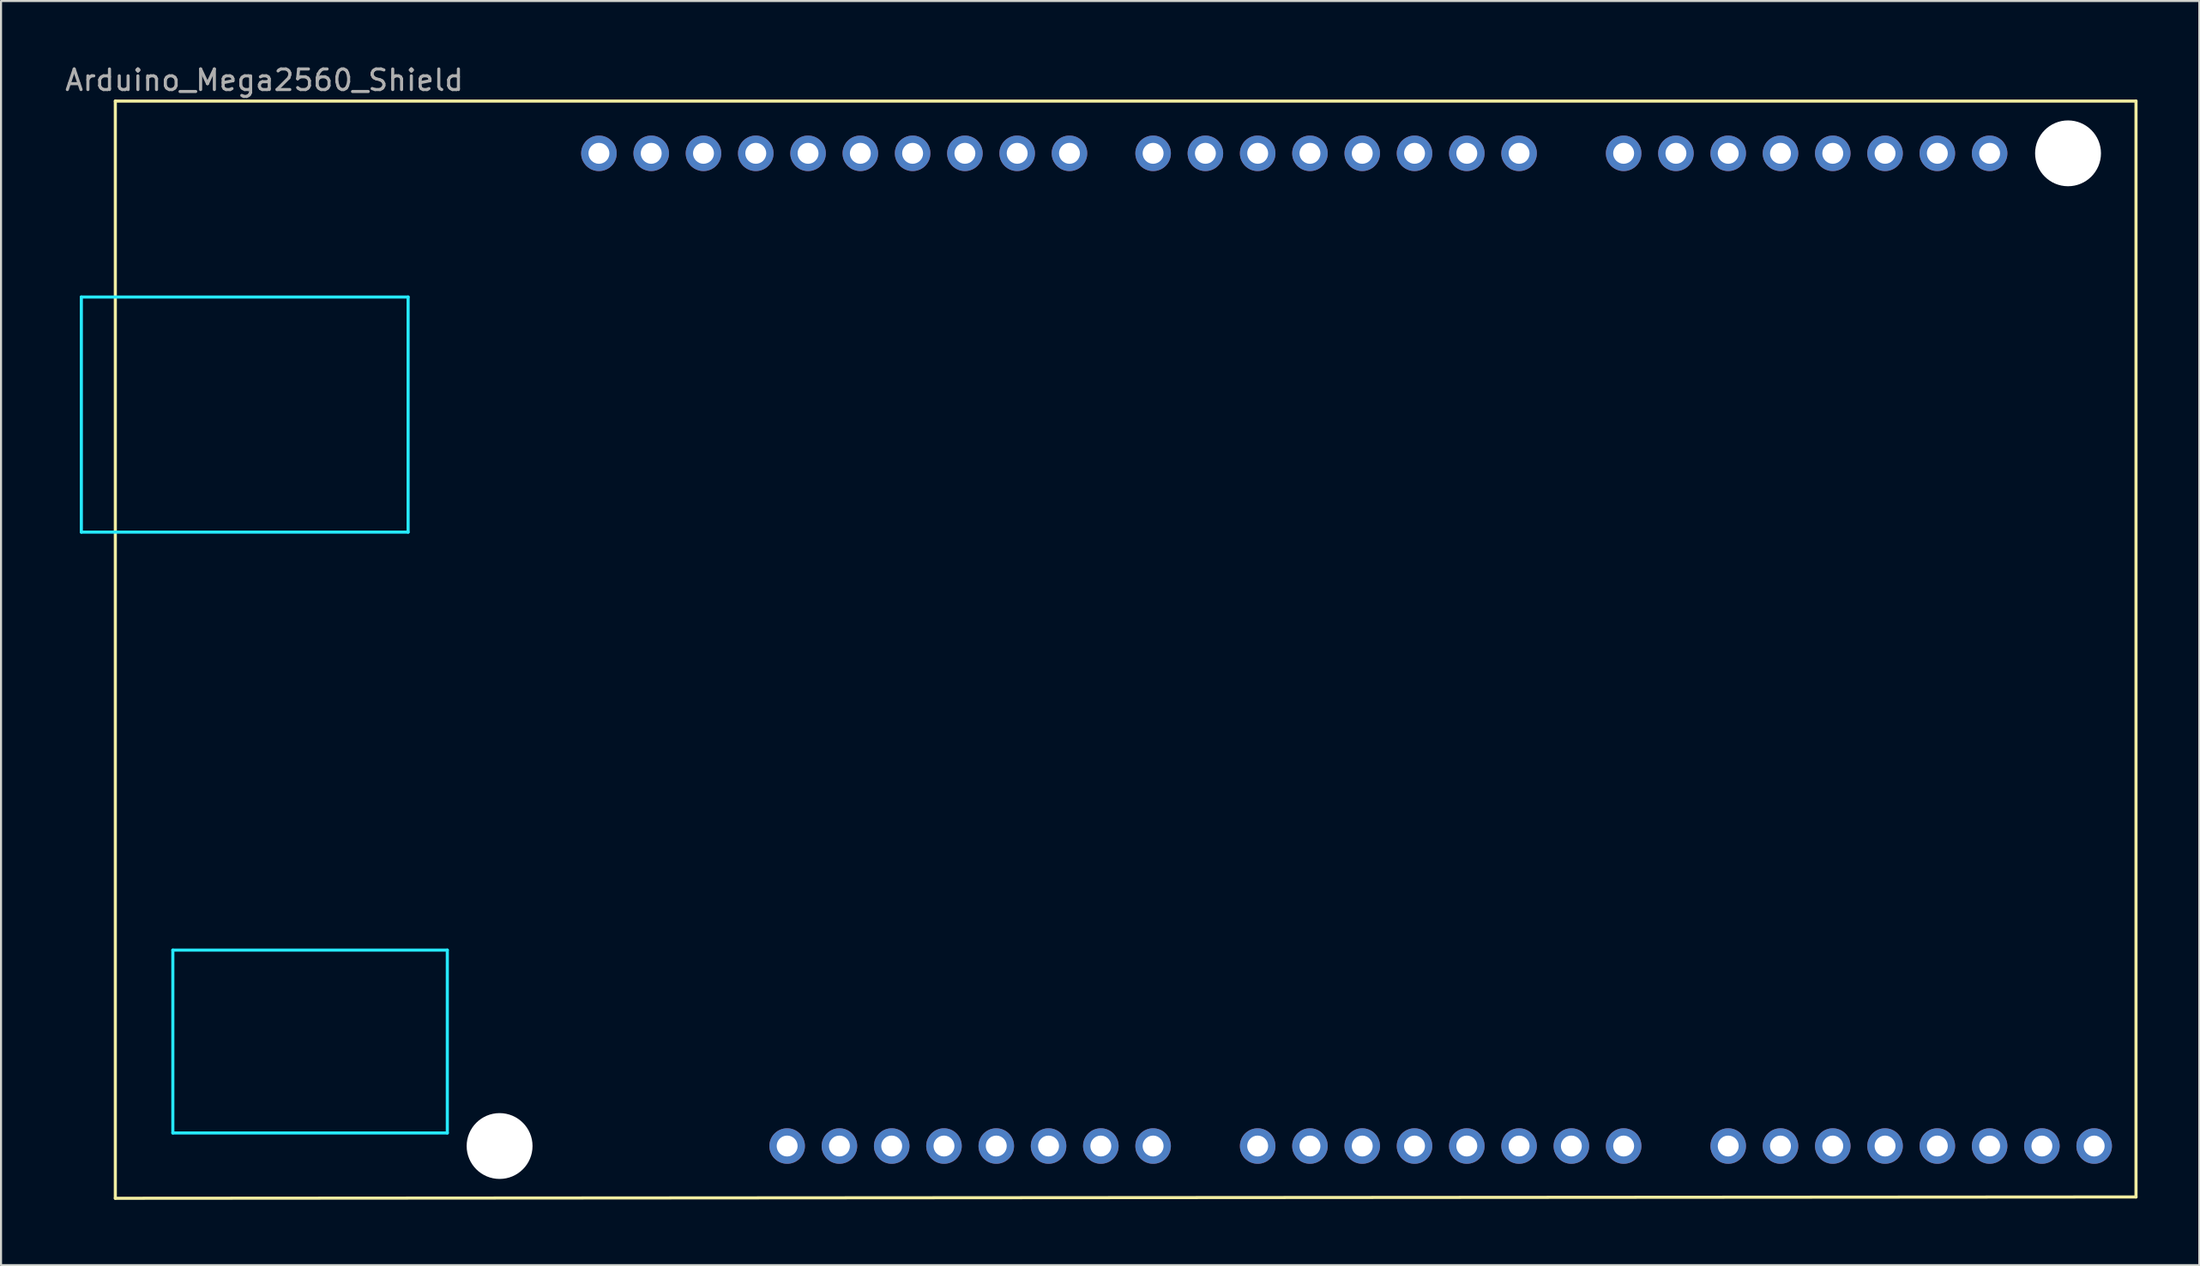
<source format=kicad_pcb>
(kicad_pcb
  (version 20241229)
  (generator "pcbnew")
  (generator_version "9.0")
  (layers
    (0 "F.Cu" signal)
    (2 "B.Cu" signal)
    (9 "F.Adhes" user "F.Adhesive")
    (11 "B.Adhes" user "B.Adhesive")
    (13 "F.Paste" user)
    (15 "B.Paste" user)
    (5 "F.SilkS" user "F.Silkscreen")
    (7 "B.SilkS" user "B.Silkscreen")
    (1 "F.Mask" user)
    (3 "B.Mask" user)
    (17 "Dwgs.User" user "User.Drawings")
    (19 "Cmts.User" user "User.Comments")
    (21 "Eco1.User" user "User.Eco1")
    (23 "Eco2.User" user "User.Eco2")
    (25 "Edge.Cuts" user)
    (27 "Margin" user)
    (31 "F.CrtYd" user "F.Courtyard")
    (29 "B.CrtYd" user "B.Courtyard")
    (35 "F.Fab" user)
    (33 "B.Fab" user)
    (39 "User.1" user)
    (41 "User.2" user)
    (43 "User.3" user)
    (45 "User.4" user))
  (footprint "Arduino_Mega2560_Shield"
    (layer "F.Cu")
    (at 7.252 55.204)
    (property "Reference" "Arduino_Mega2560_Shield" (at 2.54 -54.356 0) (layer "F.Fab") (effects (font (size 1 1) (thickness 0.15))))
    (attr through_hole)
    (fp_line (start -4.699 -53.34) (end -4.699 0) (stroke (width 0.15) (type solid)) (layer "F.SilkS"))
    (fp_line (start -4.699 -53.34) (end 93.472 -53.34) (stroke (width 0.15) (type solid)) (layer "F.SilkS"))
    (fp_line (start -4.699 0) (end 93.472 -0.064) (stroke (width 0.15) (type solid)) (layer "F.SilkS"))
    (fp_line (start 93.472 -53.34) (end 93.472 -0.064) (stroke (width 0.15) (type solid)) (layer "F.SilkS"))
    (fp_line (start -6.35 -43.815) (end -6.35 -32.385) (stroke (width 0.15) (type solid)) (layer "B.CrtYd"))
    (fp_line (start -1.905 -12.065) (end -1.905 -3.175) (stroke (width 0.15) (type solid)) (layer "B.CrtYd"))
    (fp_line (start -1.905 -12.065) (end 11.43 -12.065) (stroke (width 0.15) (type solid)) (layer "B.CrtYd"))
    (fp_line (start -1.905 -3.175) (end 11.43 -3.175) (stroke (width 0.15) (type solid)) (layer "B.CrtYd"))
    (fp_line (start 9.525 -43.815) (end -6.35 -43.815) (stroke (width 0.15) (type solid)) (layer "B.CrtYd"))
    (fp_line (start 9.525 -43.815) (end 9.525 -32.385) (stroke (width 0.15) (type solid)) (layer "B.CrtYd"))
    (fp_line (start 9.525 -32.385) (end -6.35 -32.385) (stroke (width 0.15) (type solid)) (layer "B.CrtYd"))
    (fp_line (start 11.43 -12.065) (end 11.43 -3.175) (stroke (width 0.15) (type solid)) (layer "B.CrtYd"))
    (pad "" np_thru_hole circle (at 13.97 -2.54) (size 3.2 3.2) (drill 3.2) (layers "*.Cu" "*.Mask"))
    (pad "" thru_hole oval (at 27.94 -2.54) (size 1.727 1.727) (drill 1.016) (layers "*.Cu" "*.Mask"))
    (pad "" np_thru_hole circle (at 90.17 -50.8) (size 3.2 3.2) (drill 3.2) (layers "*.Cu" "*.Mask"))
    (pad "3V3" thru_hole oval (at 35.56 -2.54) (size 1.727 1.727) (drill 1.016) (layers "*.Cu" "*.Mask"))
    (pad "5V1" thru_hole oval (at 38.1 -2.54) (size 1.727 1.727) (drill 1.016) (layers "*.Cu" "*.Mask"))
    (pad "A0" thru_hole oval (at 50.8 -2.54) (size 1.727 1.727) (drill 1.016) (layers "*.Cu" "*.Mask"))
    (pad "A1" thru_hole oval (at 53.34 -2.54) (size 1.727 1.727) (drill 1.016) (layers "*.Cu" "*.Mask"))
    (pad "A2" thru_hole oval (at 55.88 -2.54) (size 1.727 1.727) (drill 1.016) (layers "*.Cu" "*.Mask"))
    (pad "A3" thru_hole oval (at 58.42 -2.54) (size 1.727 1.727) (drill 1.016) (layers "*.Cu" "*.Mask"))
    (pad "A4" thru_hole oval (at 60.96 -2.54) (size 1.727 1.727) (drill 1.016) (layers "*.Cu" "*.Mask"))
    (pad "A5" thru_hole oval (at 63.5 -2.54) (size 1.727 1.727) (drill 1.016) (layers "*.Cu" "*.Mask"))
    (pad "A6" thru_hole oval (at 66.04 -2.54) (size 1.727 1.727) (drill 1.016) (layers "*.Cu" "*.Mask"))
    (pad "A7" thru_hole oval (at 68.58 -2.54) (size 1.727 1.727) (drill 1.016) (layers "*.Cu" "*.Mask"))
    (pad "A8" thru_hole oval (at 73.66 -2.54) (size 1.727 1.727) (drill 1.016) (layers "*.Cu" "*.Mask"))
    (pad "A9" thru_hole oval (at 76.2 -2.54) (size 1.727 1.727) (drill 1.016) (layers "*.Cu" "*.Mask"))
    (pad "A10" thru_hole oval (at 78.74 -2.54) (size 1.727 1.727) (drill 1.016) (layers "*.Cu" "*.Mask"))
    (pad "A11" thru_hole oval (at 81.28 -2.54) (size 1.727 1.727) (drill 1.016) (layers "*.Cu" "*.Mask"))
    (pad "A12" thru_hole oval (at 83.82 -2.54) (size 1.727 1.727) (drill 1.016) (layers "*.Cu" "*.Mask"))
    (pad "A13" thru_hole oval (at 86.36 -2.54) (size 1.727 1.727) (drill 1.016) (layers "*.Cu" "*.Mask"))
    (pad "A14" thru_hole oval (at 88.9 -2.54) (size 1.727 1.727) (drill 1.016) (layers "*.Cu" "*.Mask"))
    (pad "A15" thru_hole oval (at 91.44 -2.54) (size 1.727 1.727) (drill 1.016) (layers "*.Cu" "*.Mask"))
    (pad "AREF" thru_hole oval (at 23.876 -50.8) (size 1.727 1.727) (drill 1.016) (layers "*.Cu" "*.Mask"))
    (pad "D0" thru_hole oval (at 63.5 -50.8) (size 1.727 1.727) (drill 1.016) (layers "*.Cu" "*.Mask"))
    (pad "D1" thru_hole oval (at 60.96 -50.8) (size 1.727 1.727) (drill 1.016) (layers "*.Cu" "*.Mask"))
    (pad "D2" thru_hole oval (at 58.42 -50.8) (size 1.727 1.727) (drill 1.016) (layers "*.Cu" "*.Mask"))
    (pad "D3" thru_hole oval (at 55.88 -50.8) (size 1.727 1.727) (drill 1.016) (layers "*.Cu" "*.Mask"))
    (pad "D4" thru_hole oval (at 53.34 -50.8) (size 1.727 1.727) (drill 1.016) (layers "*.Cu" "*.Mask"))
    (pad "D5" thru_hole oval (at 50.8 -50.8) (size 1.727 1.727) (drill 1.016) (layers "*.Cu" "*.Mask"))
    (pad "D6" thru_hole oval (at 48.26 -50.8) (size 1.727 1.727) (drill 1.016) (layers "*.Cu" "*.Mask"))
    (pad "D7" thru_hole oval (at 45.72 -50.8) (size 1.727 1.727) (drill 1.016) (layers "*.Cu" "*.Mask"))
    (pad "D8" thru_hole oval (at 41.656 -50.8) (size 1.727 1.727) (drill 1.016) (layers "*.Cu" "*.Mask"))
    (pad "D9" thru_hole oval (at 39.116 -50.8) (size 1.727 1.727) (drill 1.016) (layers "*.Cu" "*.Mask"))
    (pad "D10" thru_hole oval (at 36.576 -50.8) (size 1.727 1.727) (drill 1.016) (layers "*.Cu" "*.Mask"))
    (pad "D11" thru_hole oval (at 34.036 -50.8) (size 1.727 1.727) (drill 1.016) (layers "*.Cu" "*.Mask"))
    (pad "D12" thru_hole oval (at 31.496 -50.8) (size 1.727 1.727) (drill 1.016) (layers "*.Cu" "*.Mask"))
    (pad "D13" thru_hole oval (at 28.956 -50.8) (size 1.727 1.727) (drill 1.016) (layers "*.Cu" "*.Mask"))
    (pad "D14" thru_hole oval (at 68.58 -50.8) (size 1.727 1.727) (drill 1.016) (layers "*.Cu" "*.Mask"))
    (pad "D15" thru_hole oval (at 71.12 -50.8) (size 1.727 1.727) (drill 1.016) (layers "*.Cu" "*.Mask"))
    (pad "D16" thru_hole oval (at 73.66 -50.8) (size 1.727 1.727) (drill 1.016) (layers "*.Cu" "*.Mask"))
    (pad "D17" thru_hole oval (at 76.2 -50.8) (size 1.727 1.727) (drill 1.016) (layers "*.Cu" "*.Mask"))
    (pad "D18" thru_hole oval (at 78.74 -50.8) (size 1.727 1.727) (drill 1.016) (layers "*.Cu" "*.Mask"))
    (pad "D19" thru_hole oval (at 81.28 -50.8) (size 1.727 1.727) (drill 1.016) (layers "*.Cu" "*.Mask"))
    (pad "D20" thru_hole oval (at 83.82 -50.8) (size 1.727 1.727) (drill 1.016) (layers "*.Cu" "*.Mask"))
    (pad "D21" thru_hole oval (at 86.36 -50.8) (size 1.727 1.727) (drill 1.016) (layers "*.Cu" "*.Mask"))
    (pad "GND1" thru_hole oval (at 26.416 -50.8) (size 1.727 1.727) (drill 1.016) (layers "*.Cu" "*.Mask"))
    (pad "GND2" thru_hole oval (at 40.64 -2.54) (size 1.727 1.727) (drill 1.016) (layers "*.Cu" "*.Mask"))
    (pad "GND3" thru_hole oval (at 43.18 -2.54) (size 1.727 1.727) (drill 1.016) (layers "*.Cu" "*.Mask"))
    (pad "IORF" thru_hole oval (at 30.48 -2.54) (size 1.727 1.727) (drill 1.016) (layers "*.Cu" "*.Mask"))
    (pad "RST1" thru_hole oval (at 33.02 -2.54) (size 1.727 1.727) (drill 1.016) (layers "*.Cu" "*.Mask"))
    (pad "SCL" thru_hole oval (at 18.796 -50.8) (size 1.727 1.727) (drill 1.016) (layers "*.Cu" "*.Mask"))
    (pad "SDA" thru_hole oval (at 21.336 -50.8) (size 1.727 1.727) (drill 1.016) (layers "*.Cu" "*.Mask"))
    (pad "VIN" thru_hole oval (at 45.72 -2.54) (size 1.727 1.727) (drill 1.016) (layers "*.Cu" "*.Mask")))
  (gr_rect
    (start -3 -3)
    (end 103.799 58.454)
    (stroke (width 0.1) (type default))
    (fill no)
    (layer "Edge.Cuts")))
</source>
